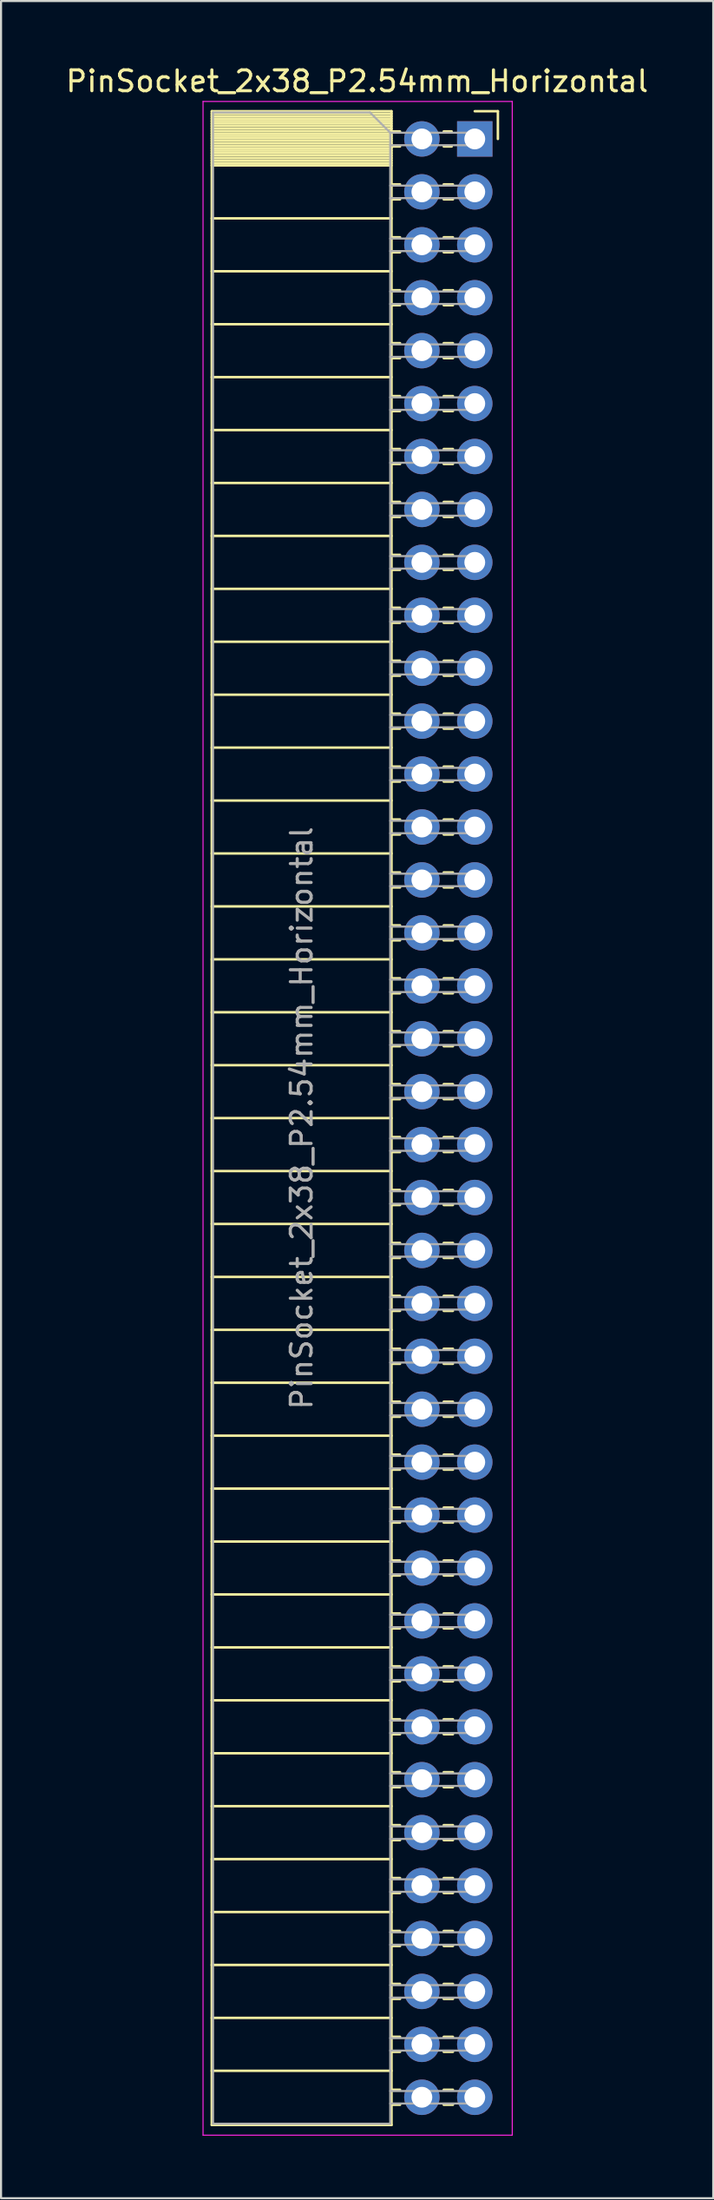
<source format=kicad_pcb>
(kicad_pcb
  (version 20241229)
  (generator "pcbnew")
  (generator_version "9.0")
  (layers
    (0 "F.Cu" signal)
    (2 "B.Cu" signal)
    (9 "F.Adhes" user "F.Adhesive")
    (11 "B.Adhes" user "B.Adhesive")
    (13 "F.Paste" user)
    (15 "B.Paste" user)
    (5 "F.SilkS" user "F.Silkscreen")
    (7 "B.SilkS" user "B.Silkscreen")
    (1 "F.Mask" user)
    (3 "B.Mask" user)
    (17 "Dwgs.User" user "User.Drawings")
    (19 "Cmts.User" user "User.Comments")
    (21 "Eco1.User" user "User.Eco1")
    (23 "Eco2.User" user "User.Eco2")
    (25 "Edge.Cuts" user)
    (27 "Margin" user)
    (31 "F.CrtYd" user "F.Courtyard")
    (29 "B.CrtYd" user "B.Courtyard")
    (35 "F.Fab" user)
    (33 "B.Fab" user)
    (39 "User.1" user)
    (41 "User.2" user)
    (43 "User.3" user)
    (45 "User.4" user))
  (footprint "PinSocket_2x38_P2.54mm_Horizontal"
    (layer "F.Cu")
    (at 19.751 3.618)
    (property "Reference" "PinSocket_2x38_P2.54mm_Horizontal" (at -5.65 -2.77 0) (layer "F.SilkS") (effects (font (size 1 1) (thickness 0.15))))
    (attr through_hole)
    (fp_line (start -12.63 -1.33) (end -12.63 95.31) (stroke (width 0.12) (type solid)) (layer "F.SilkS"))
    (fp_line (start -12.63 -1.33) (end -4 -1.33) (stroke (width 0.12) (type solid)) (layer "F.SilkS"))
    (fp_line (start -12.63 -1.21) (end -4 -1.21) (stroke (width 0.12) (type solid)) (layer "F.SilkS"))
    (fp_line (start -12.63 -1.092) (end -4 -1.092) (stroke (width 0.12) (type solid)) (layer "F.SilkS"))
    (fp_line (start -12.63 -0.974) (end -4 -0.974) (stroke (width 0.12) (type solid)) (layer "F.SilkS"))
    (fp_line (start -12.63 -0.856) (end -4 -0.856) (stroke (width 0.12) (type solid)) (layer "F.SilkS"))
    (fp_line (start -12.63 -0.738) (end -4 -0.738) (stroke (width 0.12) (type solid)) (layer "F.SilkS"))
    (fp_line (start -12.63 -0.62) (end -4 -0.62) (stroke (width 0.12) (type solid)) (layer "F.SilkS"))
    (fp_line (start -12.63 -0.501) (end -4 -0.501) (stroke (width 0.12) (type solid)) (layer "F.SilkS"))
    (fp_line (start -12.63 -0.383) (end -4 -0.383) (stroke (width 0.12) (type solid)) (layer "F.SilkS"))
    (fp_line (start -12.63 -0.265) (end -4 -0.265) (stroke (width 0.12) (type solid)) (layer "F.SilkS"))
    (fp_line (start -12.63 -0.147) (end -4 -0.147) (stroke (width 0.12) (type solid)) (layer "F.SilkS"))
    (fp_line (start -12.63 -0.029) (end -4 -0.029) (stroke (width 0.12) (type solid)) (layer "F.SilkS"))
    (fp_line (start -12.63 0.089) (end -4 0.089) (stroke (width 0.12) (type solid)) (layer "F.SilkS"))
    (fp_line (start -12.63 0.207) (end -4 0.207) (stroke (width 0.12) (type solid)) (layer "F.SilkS"))
    (fp_line (start -12.63 0.325) (end -4 0.325) (stroke (width 0.12) (type solid)) (layer "F.SilkS"))
    (fp_line (start -12.63 0.443) (end -4 0.443) (stroke (width 0.12) (type solid)) (layer "F.SilkS"))
    (fp_line (start -12.63 0.561) (end -4 0.561) (stroke (width 0.12) (type solid)) (layer "F.SilkS"))
    (fp_line (start -12.63 0.68) (end -4 0.68) (stroke (width 0.12) (type solid)) (layer "F.SilkS"))
    (fp_line (start -12.63 0.798) (end -4 0.798) (stroke (width 0.12) (type solid)) (layer "F.SilkS"))
    (fp_line (start -12.63 0.916) (end -4 0.916) (stroke (width 0.12) (type solid)) (layer "F.SilkS"))
    (fp_line (start -12.63 1.034) (end -4 1.034) (stroke (width 0.12) (type solid)) (layer "F.SilkS"))
    (fp_line (start -12.63 1.152) (end -4 1.152) (stroke (width 0.12) (type solid)) (layer "F.SilkS"))
    (fp_line (start -12.63 1.27) (end -4 1.27) (stroke (width 0.12) (type solid)) (layer "F.SilkS"))
    (fp_line (start -12.63 3.81) (end -4 3.81) (stroke (width 0.12) (type solid)) (layer "F.SilkS"))
    (fp_line (start -12.63 6.35) (end -4 6.35) (stroke (width 0.12) (type solid)) (layer "F.SilkS"))
    (fp_line (start -12.63 8.89) (end -4 8.89) (stroke (width 0.12) (type solid)) (layer "F.SilkS"))
    (fp_line (start -12.63 11.43) (end -4 11.43) (stroke (width 0.12) (type solid)) (layer "F.SilkS"))
    (fp_line (start -12.63 13.97) (end -4 13.97) (stroke (width 0.12) (type solid)) (layer "F.SilkS"))
    (fp_line (start -12.63 16.51) (end -4 16.51) (stroke (width 0.12) (type solid)) (layer "F.SilkS"))
    (fp_line (start -12.63 19.05) (end -4 19.05) (stroke (width 0.12) (type solid)) (layer "F.SilkS"))
    (fp_line (start -12.63 21.59) (end -4 21.59) (stroke (width 0.12) (type solid)) (layer "F.SilkS"))
    (fp_line (start -12.63 24.13) (end -4 24.13) (stroke (width 0.12) (type solid)) (layer "F.SilkS"))
    (fp_line (start -12.63 26.67) (end -4 26.67) (stroke (width 0.12) (type solid)) (layer "F.SilkS"))
    (fp_line (start -12.63 29.21) (end -4 29.21) (stroke (width 0.12) (type solid)) (layer "F.SilkS"))
    (fp_line (start -12.63 31.75) (end -4 31.75) (stroke (width 0.12) (type solid)) (layer "F.SilkS"))
    (fp_line (start -12.63 34.29) (end -4 34.29) (stroke (width 0.12) (type solid)) (layer "F.SilkS"))
    (fp_line (start -12.63 36.83) (end -4 36.83) (stroke (width 0.12) (type solid)) (layer "F.SilkS"))
    (fp_line (start -12.63 39.37) (end -4 39.37) (stroke (width 0.12) (type solid)) (layer "F.SilkS"))
    (fp_line (start -12.63 41.91) (end -4 41.91) (stroke (width 0.12) (type solid)) (layer "F.SilkS"))
    (fp_line (start -12.63 44.45) (end -4 44.45) (stroke (width 0.12) (type solid)) (layer "F.SilkS"))
    (fp_line (start -12.63 46.99) (end -4 46.99) (stroke (width 0.12) (type solid)) (layer "F.SilkS"))
    (fp_line (start -12.63 49.53) (end -4 49.53) (stroke (width 0.12) (type solid)) (layer "F.SilkS"))
    (fp_line (start -12.63 52.07) (end -4 52.07) (stroke (width 0.12) (type solid)) (layer "F.SilkS"))
    (fp_line (start -12.63 54.61) (end -4 54.61) (stroke (width 0.12) (type solid)) (layer "F.SilkS"))
    (fp_line (start -12.63 57.15) (end -4 57.15) (stroke (width 0.12) (type solid)) (layer "F.SilkS"))
    (fp_line (start -12.63 59.69) (end -4 59.69) (stroke (width 0.12) (type solid)) (layer "F.SilkS"))
    (fp_line (start -12.63 62.23) (end -4 62.23) (stroke (width 0.12) (type solid)) (layer "F.SilkS"))
    (fp_line (start -12.63 64.77) (end -4 64.77) (stroke (width 0.12) (type solid)) (layer "F.SilkS"))
    (fp_line (start -12.63 67.31) (end -4 67.31) (stroke (width 0.12) (type solid)) (layer "F.SilkS"))
    (fp_line (start -12.63 69.85) (end -4 69.85) (stroke (width 0.12) (type solid)) (layer "F.SilkS"))
    (fp_line (start -12.63 72.39) (end -4 72.39) (stroke (width 0.12) (type solid)) (layer "F.SilkS"))
    (fp_line (start -12.63 74.93) (end -4 74.93) (stroke (width 0.12) (type solid)) (layer "F.SilkS"))
    (fp_line (start -12.63 77.47) (end -4 77.47) (stroke (width 0.12) (type solid)) (layer "F.SilkS"))
    (fp_line (start -12.63 80.01) (end -4 80.01) (stroke (width 0.12) (type solid)) (layer "F.SilkS"))
    (fp_line (start -12.63 82.55) (end -4 82.55) (stroke (width 0.12) (type solid)) (layer "F.SilkS"))
    (fp_line (start -12.63 85.09) (end -4 85.09) (stroke (width 0.12) (type solid)) (layer "F.SilkS"))
    (fp_line (start -12.63 87.63) (end -4 87.63) (stroke (width 0.12) (type solid)) (layer "F.SilkS"))
    (fp_line (start -12.63 90.17) (end -4 90.17) (stroke (width 0.12) (type solid)) (layer "F.SilkS"))
    (fp_line (start -12.63 92.71) (end -4 92.71) (stroke (width 0.12) (type solid)) (layer "F.SilkS"))
    (fp_line (start -12.63 95.31) (end -4 95.31) (stroke (width 0.12) (type solid)) (layer "F.SilkS"))
    (fp_line (start -4 -1.33) (end -4 95.31) (stroke (width 0.12) (type solid)) (layer "F.SilkS"))
    (fp_line (start -4 -0.36) (end -3.59 -0.36) (stroke (width 0.12) (type solid)) (layer "F.SilkS"))
    (fp_line (start -4 0.36) (end -3.59 0.36) (stroke (width 0.12) (type solid)) (layer "F.SilkS"))
    (fp_line (start -4 2.18) (end -3.59 2.18) (stroke (width 0.12) (type solid)) (layer "F.SilkS"))
    (fp_line (start -4 2.9) (end -3.59 2.9) (stroke (width 0.12) (type solid)) (layer "F.SilkS"))
    (fp_line (start -4 4.72) (end -3.59 4.72) (stroke (width 0.12) (type solid)) (layer "F.SilkS"))
    (fp_line (start -4 5.44) (end -3.59 5.44) (stroke (width 0.12) (type solid)) (layer "F.SilkS"))
    (fp_line (start -4 7.26) (end -3.59 7.26) (stroke (width 0.12) (type solid)) (layer "F.SilkS"))
    (fp_line (start -4 7.98) (end -3.59 7.98) (stroke (width 0.12) (type solid)) (layer "F.SilkS"))
    (fp_line (start -4 9.8) (end -3.59 9.8) (stroke (width 0.12) (type solid)) (layer "F.SilkS"))
    (fp_line (start -4 10.52) (end -3.59 10.52) (stroke (width 0.12) (type solid)) (layer "F.SilkS"))
    (fp_line (start -4 12.34) (end -3.59 12.34) (stroke (width 0.12) (type solid)) (layer "F.SilkS"))
    (fp_line (start -4 13.06) (end -3.59 13.06) (stroke (width 0.12) (type solid)) (layer "F.SilkS"))
    (fp_line (start -4 14.88) (end -3.59 14.88) (stroke (width 0.12) (type solid)) (layer "F.SilkS"))
    (fp_line (start -4 15.6) (end -3.59 15.6) (stroke (width 0.12) (type solid)) (layer "F.SilkS"))
    (fp_line (start -4 17.42) (end -3.59 17.42) (stroke (width 0.12) (type solid)) (layer "F.SilkS"))
    (fp_line (start -4 18.14) (end -3.59 18.14) (stroke (width 0.12) (type solid)) (layer "F.SilkS"))
    (fp_line (start -4 19.96) (end -3.59 19.96) (stroke (width 0.12) (type solid)) (layer "F.SilkS"))
    (fp_line (start -4 20.68) (end -3.59 20.68) (stroke (width 0.12) (type solid)) (layer "F.SilkS"))
    (fp_line (start -4 22.5) (end -3.59 22.5) (stroke (width 0.12) (type solid)) (layer "F.SilkS"))
    (fp_line (start -4 23.22) (end -3.59 23.22) (stroke (width 0.12) (type solid)) (layer "F.SilkS"))
    (fp_line (start -4 25.04) (end -3.59 25.04) (stroke (width 0.12) (type solid)) (layer "F.SilkS"))
    (fp_line (start -4 25.76) (end -3.59 25.76) (stroke (width 0.12) (type solid)) (layer "F.SilkS"))
    (fp_line (start -4 27.58) (end -3.59 27.58) (stroke (width 0.12) (type solid)) (layer "F.SilkS"))
    (fp_line (start -4 28.3) (end -3.59 28.3) (stroke (width 0.12) (type solid)) (layer "F.SilkS"))
    (fp_line (start -4 30.12) (end -3.59 30.12) (stroke (width 0.12) (type solid)) (layer "F.SilkS"))
    (fp_line (start -4 30.84) (end -3.59 30.84) (stroke (width 0.12) (type solid)) (layer "F.SilkS"))
    (fp_line (start -4 32.66) (end -3.59 32.66) (stroke (width 0.12) (type solid)) (layer "F.SilkS"))
    (fp_line (start -4 33.38) (end -3.59 33.38) (stroke (width 0.12) (type solid)) (layer "F.SilkS"))
    (fp_line (start -4 35.2) (end -3.59 35.2) (stroke (width 0.12) (type solid)) (layer "F.SilkS"))
    (fp_line (start -4 35.92) (end -3.59 35.92) (stroke (width 0.12) (type solid)) (layer "F.SilkS"))
    (fp_line (start -4 37.74) (end -3.59 37.74) (stroke (width 0.12) (type solid)) (layer "F.SilkS"))
    (fp_line (start -4 38.46) (end -3.59 38.46) (stroke (width 0.12) (type solid)) (layer "F.SilkS"))
    (fp_line (start -4 40.28) (end -3.59 40.28) (stroke (width 0.12) (type solid)) (layer "F.SilkS"))
    (fp_line (start -4 41) (end -3.59 41) (stroke (width 0.12) (type solid)) (layer "F.SilkS"))
    (fp_line (start -4 42.82) (end -3.59 42.82) (stroke (width 0.12) (type solid)) (layer "F.SilkS"))
    (fp_line (start -4 43.54) (end -3.59 43.54) (stroke (width 0.12) (type solid)) (layer "F.SilkS"))
    (fp_line (start -4 45.36) (end -3.59 45.36) (stroke (width 0.12) (type solid)) (layer "F.SilkS"))
    (fp_line (start -4 46.08) (end -3.59 46.08) (stroke (width 0.12) (type solid)) (layer "F.SilkS"))
    (fp_line (start -4 47.9) (end -3.59 47.9) (stroke (width 0.12) (type solid)) (layer "F.SilkS"))
    (fp_line (start -4 48.62) (end -3.59 48.62) (stroke (width 0.12) (type solid)) (layer "F.SilkS"))
    (fp_line (start -4 50.44) (end -3.59 50.44) (stroke (width 0.12) (type solid)) (layer "F.SilkS"))
    (fp_line (start -4 51.16) (end -3.59 51.16) (stroke (width 0.12) (type solid)) (layer "F.SilkS"))
    (fp_line (start -4 52.98) (end -3.59 52.98) (stroke (width 0.12) (type solid)) (layer "F.SilkS"))
    (fp_line (start -4 53.7) (end -3.59 53.7) (stroke (width 0.12) (type solid)) (layer "F.SilkS"))
    (fp_line (start -4 55.52) (end -3.59 55.52) (stroke (width 0.12) (type solid)) (layer "F.SilkS"))
    (fp_line (start -4 56.24) (end -3.59 56.24) (stroke (width 0.12) (type solid)) (layer "F.SilkS"))
    (fp_line (start -4 58.06) (end -3.59 58.06) (stroke (width 0.12) (type solid)) (layer "F.SilkS"))
    (fp_line (start -4 58.78) (end -3.59 58.78) (stroke (width 0.12) (type solid)) (layer "F.SilkS"))
    (fp_line (start -4 60.6) (end -3.59 60.6) (stroke (width 0.12) (type solid)) (layer "F.SilkS"))
    (fp_line (start -4 61.32) (end -3.59 61.32) (stroke (width 0.12) (type solid)) (layer "F.SilkS"))
    (fp_line (start -4 63.14) (end -3.59 63.14) (stroke (width 0.12) (type solid)) (layer "F.SilkS"))
    (fp_line (start -4 63.86) (end -3.59 63.86) (stroke (width 0.12) (type solid)) (layer "F.SilkS"))
    (fp_line (start -4 65.68) (end -3.59 65.68) (stroke (width 0.12) (type solid)) (layer "F.SilkS"))
    (fp_line (start -4 66.4) (end -3.59 66.4) (stroke (width 0.12) (type solid)) (layer "F.SilkS"))
    (fp_line (start -4 68.22) (end -3.59 68.22) (stroke (width 0.12) (type solid)) (layer "F.SilkS"))
    (fp_line (start -4 68.94) (end -3.59 68.94) (stroke (width 0.12) (type solid)) (layer "F.SilkS"))
    (fp_line (start -4 70.76) (end -3.59 70.76) (stroke (width 0.12) (type solid)) (layer "F.SilkS"))
    (fp_line (start -4 71.48) (end -3.59 71.48) (stroke (width 0.12) (type solid)) (layer "F.SilkS"))
    (fp_line (start -4 73.3) (end -3.59 73.3) (stroke (width 0.12) (type solid)) (layer "F.SilkS"))
    (fp_line (start -4 74.02) (end -3.59 74.02) (stroke (width 0.12) (type solid)) (layer "F.SilkS"))
    (fp_line (start -4 75.84) (end -3.59 75.84) (stroke (width 0.12) (type solid)) (layer "F.SilkS"))
    (fp_line (start -4 76.56) (end -3.59 76.56) (stroke (width 0.12) (type solid)) (layer "F.SilkS"))
    (fp_line (start -4 78.38) (end -3.59 78.38) (stroke (width 0.12) (type solid)) (layer "F.SilkS"))
    (fp_line (start -4 79.1) (end -3.59 79.1) (stroke (width 0.12) (type solid)) (layer "F.SilkS"))
    (fp_line (start -4 80.92) (end -3.59 80.92) (stroke (width 0.12) (type solid)) (layer "F.SilkS"))
    (fp_line (start -4 81.64) (end -3.59 81.64) (stroke (width 0.12) (type solid)) (layer "F.SilkS"))
    (fp_line (start -4 83.46) (end -3.59 83.46) (stroke (width 0.12) (type solid)) (layer "F.SilkS"))
    (fp_line (start -4 84.18) (end -3.59 84.18) (stroke (width 0.12) (type solid)) (layer "F.SilkS"))
    (fp_line (start -4 86) (end -3.59 86) (stroke (width 0.12) (type solid)) (layer "F.SilkS"))
    (fp_line (start -4 86.72) (end -3.59 86.72) (stroke (width 0.12) (type solid)) (layer "F.SilkS"))
    (fp_line (start -4 88.54) (end -3.59 88.54) (stroke (width 0.12) (type solid)) (layer "F.SilkS"))
    (fp_line (start -4 89.26) (end -3.59 89.26) (stroke (width 0.12) (type solid)) (layer "F.SilkS"))
    (fp_line (start -4 91.08) (end -3.59 91.08) (stroke (width 0.12) (type solid)) (layer "F.SilkS"))
    (fp_line (start -4 91.8) (end -3.59 91.8) (stroke (width 0.12) (type solid)) (layer "F.SilkS"))
    (fp_line (start -4 93.62) (end -3.59 93.62) (stroke (width 0.12) (type solid)) (layer "F.SilkS"))
    (fp_line (start -4 94.34) (end -3.59 94.34) (stroke (width 0.12) (type solid)) (layer "F.SilkS"))
    (fp_line (start -1.49 -0.36) (end -1.11 -0.36) (stroke (width 0.12) (type solid)) (layer "F.SilkS"))
    (fp_line (start -1.49 0.36) (end -1.11 0.36) (stroke (width 0.12) (type solid)) (layer "F.SilkS"))
    (fp_line (start -1.49 2.18) (end -1.05 2.18) (stroke (width 0.12) (type solid)) (layer "F.SilkS"))
    (fp_line (start -1.49 2.9) (end -1.05 2.9) (stroke (width 0.12) (type solid)) (layer "F.SilkS"))
    (fp_line (start -1.49 4.72) (end -1.05 4.72) (stroke (width 0.12) (type solid)) (layer "F.SilkS"))
    (fp_line (start -1.49 5.44) (end -1.05 5.44) (stroke (width 0.12) (type solid)) (layer "F.SilkS"))
    (fp_line (start -1.49 7.26) (end -1.05 7.26) (stroke (width 0.12) (type solid)) (layer "F.SilkS"))
    (fp_line (start -1.49 7.98) (end -1.05 7.98) (stroke (width 0.12) (type solid)) (layer "F.SilkS"))
    (fp_line (start -1.49 9.8) (end -1.05 9.8) (stroke (width 0.12) (type solid)) (layer "F.SilkS"))
    (fp_line (start -1.49 10.52) (end -1.05 10.52) (stroke (width 0.12) (type solid)) (layer "F.SilkS"))
    (fp_line (start -1.49 12.34) (end -1.05 12.34) (stroke (width 0.12) (type solid)) (layer "F.SilkS"))
    (fp_line (start -1.49 13.06) (end -1.05 13.06) (stroke (width 0.12) (type solid)) (layer "F.SilkS"))
    (fp_line (start -1.49 14.88) (end -1.05 14.88) (stroke (width 0.12) (type solid)) (layer "F.SilkS"))
    (fp_line (start -1.49 15.6) (end -1.05 15.6) (stroke (width 0.12) (type solid)) (layer "F.SilkS"))
    (fp_line (start -1.49 17.42) (end -1.05 17.42) (stroke (width 0.12) (type solid)) (layer "F.SilkS"))
    (fp_line (start -1.49 18.14) (end -1.05 18.14) (stroke (width 0.12) (type solid)) (layer "F.SilkS"))
    (fp_line (start -1.49 19.96) (end -1.05 19.96) (stroke (width 0.12) (type solid)) (layer "F.SilkS"))
    (fp_line (start -1.49 20.68) (end -1.05 20.68) (stroke (width 0.12) (type solid)) (layer "F.SilkS"))
    (fp_line (start -1.49 22.5) (end -1.05 22.5) (stroke (width 0.12) (type solid)) (layer "F.SilkS"))
    (fp_line (start -1.49 23.22) (end -1.05 23.22) (stroke (width 0.12) (type solid)) (layer "F.SilkS"))
    (fp_line (start -1.49 25.04) (end -1.05 25.04) (stroke (width 0.12) (type solid)) (layer "F.SilkS"))
    (fp_line (start -1.49 25.76) (end -1.05 25.76) (stroke (width 0.12) (type solid)) (layer "F.SilkS"))
    (fp_line (start -1.49 27.58) (end -1.05 27.58) (stroke (width 0.12) (type solid)) (layer "F.SilkS"))
    (fp_line (start -1.49 28.3) (end -1.05 28.3) (stroke (width 0.12) (type solid)) (layer "F.SilkS"))
    (fp_line (start -1.49 30.12) (end -1.05 30.12) (stroke (width 0.12) (type solid)) (layer "F.SilkS"))
    (fp_line (start -1.49 30.84) (end -1.05 30.84) (stroke (width 0.12) (type solid)) (layer "F.SilkS"))
    (fp_line (start -1.49 32.66) (end -1.05 32.66) (stroke (width 0.12) (type solid)) (layer "F.SilkS"))
    (fp_line (start -1.49 33.38) (end -1.05 33.38) (stroke (width 0.12) (type solid)) (layer "F.SilkS"))
    (fp_line (start -1.49 35.2) (end -1.05 35.2) (stroke (width 0.12) (type solid)) (layer "F.SilkS"))
    (fp_line (start -1.49 35.92) (end -1.05 35.92) (stroke (width 0.12) (type solid)) (layer "F.SilkS"))
    (fp_line (start -1.49 37.74) (end -1.05 37.74) (stroke (width 0.12) (type solid)) (layer "F.SilkS"))
    (fp_line (start -1.49 38.46) (end -1.05 38.46) (stroke (width 0.12) (type solid)) (layer "F.SilkS"))
    (fp_line (start -1.49 40.28) (end -1.05 40.28) (stroke (width 0.12) (type solid)) (layer "F.SilkS"))
    (fp_line (start -1.49 41) (end -1.05 41) (stroke (width 0.12) (type solid)) (layer "F.SilkS"))
    (fp_line (start -1.49 42.82) (end -1.05 42.82) (stroke (width 0.12) (type solid)) (layer "F.SilkS"))
    (fp_line (start -1.49 43.54) (end -1.05 43.54) (stroke (width 0.12) (type solid)) (layer "F.SilkS"))
    (fp_line (start -1.49 45.36) (end -1.05 45.36) (stroke (width 0.12) (type solid)) (layer "F.SilkS"))
    (fp_line (start -1.49 46.08) (end -1.05 46.08) (stroke (width 0.12) (type solid)) (layer "F.SilkS"))
    (fp_line (start -1.49 47.9) (end -1.05 47.9) (stroke (width 0.12) (type solid)) (layer "F.SilkS"))
    (fp_line (start -1.49 48.62) (end -1.05 48.62) (stroke (width 0.12) (type solid)) (layer "F.SilkS"))
    (fp_line (start -1.49 50.44) (end -1.05 50.44) (stroke (width 0.12) (type solid)) (layer "F.SilkS"))
    (fp_line (start -1.49 51.16) (end -1.05 51.16) (stroke (width 0.12) (type solid)) (layer "F.SilkS"))
    (fp_line (start -1.49 52.98) (end -1.05 52.98) (stroke (width 0.12) (type solid)) (layer "F.SilkS"))
    (fp_line (start -1.49 53.7) (end -1.05 53.7) (stroke (width 0.12) (type solid)) (layer "F.SilkS"))
    (fp_line (start -1.49 55.52) (end -1.05 55.52) (stroke (width 0.12) (type solid)) (layer "F.SilkS"))
    (fp_line (start -1.49 56.24) (end -1.05 56.24) (stroke (width 0.12) (type solid)) (layer "F.SilkS"))
    (fp_line (start -1.49 58.06) (end -1.05 58.06) (stroke (width 0.12) (type solid)) (layer "F.SilkS"))
    (fp_line (start -1.49 58.78) (end -1.05 58.78) (stroke (width 0.12) (type solid)) (layer "F.SilkS"))
    (fp_line (start -1.49 60.6) (end -1.05 60.6) (stroke (width 0.12) (type solid)) (layer "F.SilkS"))
    (fp_line (start -1.49 61.32) (end -1.05 61.32) (stroke (width 0.12) (type solid)) (layer "F.SilkS"))
    (fp_line (start -1.49 63.14) (end -1.05 63.14) (stroke (width 0.12) (type solid)) (layer "F.SilkS"))
    (fp_line (start -1.49 63.86) (end -1.05 63.86) (stroke (width 0.12) (type solid)) (layer "F.SilkS"))
    (fp_line (start -1.49 65.68) (end -1.05 65.68) (stroke (width 0.12) (type solid)) (layer "F.SilkS"))
    (fp_line (start -1.49 66.4) (end -1.05 66.4) (stroke (width 0.12) (type solid)) (layer "F.SilkS"))
    (fp_line (start -1.49 68.22) (end -1.05 68.22) (stroke (width 0.12) (type solid)) (layer "F.SilkS"))
    (fp_line (start -1.49 68.94) (end -1.05 68.94) (stroke (width 0.12) (type solid)) (layer "F.SilkS"))
    (fp_line (start -1.49 70.76) (end -1.05 70.76) (stroke (width 0.12) (type solid)) (layer "F.SilkS"))
    (fp_line (start -1.49 71.48) (end -1.05 71.48) (stroke (width 0.12) (type solid)) (layer "F.SilkS"))
    (fp_line (start -1.49 73.3) (end -1.05 73.3) (stroke (width 0.12) (type solid)) (layer "F.SilkS"))
    (fp_line (start -1.49 74.02) (end -1.05 74.02) (stroke (width 0.12) (type solid)) (layer "F.SilkS"))
    (fp_line (start -1.49 75.84) (end -1.05 75.84) (stroke (width 0.12) (type solid)) (layer "F.SilkS"))
    (fp_line (start -1.49 76.56) (end -1.05 76.56) (stroke (width 0.12) (type solid)) (layer "F.SilkS"))
    (fp_line (start -1.49 78.38) (end -1.05 78.38) (stroke (width 0.12) (type solid)) (layer "F.SilkS"))
    (fp_line (start -1.49 79.1) (end -1.05 79.1) (stroke (width 0.12) (type solid)) (layer "F.SilkS"))
    (fp_line (start -1.49 80.92) (end -1.05 80.92) (stroke (width 0.12) (type solid)) (layer "F.SilkS"))
    (fp_line (start -1.49 81.64) (end -1.05 81.64) (stroke (width 0.12) (type solid)) (layer "F.SilkS"))
    (fp_line (start -1.49 83.46) (end -1.05 83.46) (stroke (width 0.12) (type solid)) (layer "F.SilkS"))
    (fp_line (start -1.49 84.18) (end -1.05 84.18) (stroke (width 0.12) (type solid)) (layer "F.SilkS"))
    (fp_line (start -1.49 86) (end -1.05 86) (stroke (width 0.12) (type solid)) (layer "F.SilkS"))
    (fp_line (start -1.49 86.72) (end -1.05 86.72) (stroke (width 0.12) (type solid)) (layer "F.SilkS"))
    (fp_line (start -1.49 88.54) (end -1.05 88.54) (stroke (width 0.12) (type solid)) (layer "F.SilkS"))
    (fp_line (start -1.49 89.26) (end -1.05 89.26) (stroke (width 0.12) (type solid)) (layer "F.SilkS"))
    (fp_line (start -1.49 91.08) (end -1.05 91.08) (stroke (width 0.12) (type solid)) (layer "F.SilkS"))
    (fp_line (start -1.49 91.8) (end -1.05 91.8) (stroke (width 0.12) (type solid)) (layer "F.SilkS"))
    (fp_line (start -1.49 93.62) (end -1.05 93.62) (stroke (width 0.12) (type solid)) (layer "F.SilkS"))
    (fp_line (start -1.49 94.34) (end -1.05 94.34) (stroke (width 0.12) (type solid)) (layer "F.SilkS"))
    (fp_line (start 0 -1.33) (end 1.11 -1.33) (stroke (width 0.12) (type solid)) (layer "F.SilkS"))
    (fp_line (start 1.11 -1.33) (end 1.11 0) (stroke (width 0.12) (type solid)) (layer "F.SilkS"))
    (fp_line (start -13.05 -1.8) (end -13.05 95.8) (stroke (width 0.05) (type solid)) (layer "F.CrtYd"))
    (fp_line (start -13.05 95.8) (end 1.8 95.8) (stroke (width 0.05) (type solid)) (layer "F.CrtYd"))
    (fp_line (start 1.8 -1.8) (end -13.05 -1.8) (stroke (width 0.05) (type solid)) (layer "F.CrtYd"))
    (fp_line (start 1.8 95.8) (end 1.8 -1.8) (stroke (width 0.05) (type solid)) (layer "F.CrtYd"))
    (fp_line (start -12.57 -1.27) (end -5.03 -1.27) (stroke (width 0.1) (type solid)) (layer "F.Fab"))
    (fp_line (start -12.57 95.25) (end -12.57 -1.27) (stroke (width 0.1) (type solid)) (layer "F.Fab"))
    (fp_line (start -5.03 -1.27) (end -4.06 -0.3) (stroke (width 0.1) (type solid)) (layer "F.Fab"))
    (fp_line (start -4.06 -0.3) (end -4.06 95.25) (stroke (width 0.1) (type solid)) (layer "F.Fab"))
    (fp_line (start -4.06 0.3) (end 0 0.3) (stroke (width 0.1) (type solid)) (layer "F.Fab"))
    (fp_line (start -4.06 2.84) (end 0 2.84) (stroke (width 0.1) (type solid)) (layer "F.Fab"))
    (fp_line (start -4.06 5.38) (end 0 5.38) (stroke (width 0.1) (type solid)) (layer "F.Fab"))
    (fp_line (start -4.06 7.92) (end 0 7.92) (stroke (width 0.1) (type solid)) (layer "F.Fab"))
    (fp_line (start -4.06 10.46) (end 0 10.46) (stroke (width 0.1) (type solid)) (layer "F.Fab"))
    (fp_line (start -4.06 13) (end 0 13) (stroke (width 0.1) (type solid)) (layer "F.Fab"))
    (fp_line (start -4.06 15.54) (end 0 15.54) (stroke (width 0.1) (type solid)) (layer "F.Fab"))
    (fp_line (start -4.06 18.08) (end 0 18.08) (stroke (width 0.1) (type solid)) (layer "F.Fab"))
    (fp_line (start -4.06 20.62) (end 0 20.62) (stroke (width 0.1) (type solid)) (layer "F.Fab"))
    (fp_line (start -4.06 23.16) (end 0 23.16) (stroke (width 0.1) (type solid)) (layer "F.Fab"))
    (fp_line (start -4.06 25.7) (end 0 25.7) (stroke (width 0.1) (type solid)) (layer "F.Fab"))
    (fp_line (start -4.06 28.24) (end 0 28.24) (stroke (width 0.1) (type solid)) (layer "F.Fab"))
    (fp_line (start -4.06 30.78) (end 0 30.78) (stroke (width 0.1) (type solid)) (layer "F.Fab"))
    (fp_line (start -4.06 33.32) (end 0 33.32) (stroke (width 0.1) (type solid)) (layer "F.Fab"))
    (fp_line (start -4.06 35.86) (end 0 35.86) (stroke (width 0.1) (type solid)) (layer "F.Fab"))
    (fp_line (start -4.06 38.4) (end 0 38.4) (stroke (width 0.1) (type solid)) (layer "F.Fab"))
    (fp_line (start -4.06 40.94) (end 0 40.94) (stroke (width 0.1) (type solid)) (layer "F.Fab"))
    (fp_line (start -4.06 43.48) (end 0 43.48) (stroke (width 0.1) (type solid)) (layer "F.Fab"))
    (fp_line (start -4.06 46.02) (end 0 46.02) (stroke (width 0.1) (type solid)) (layer "F.Fab"))
    (fp_line (start -4.06 48.56) (end 0 48.56) (stroke (width 0.1) (type solid)) (layer "F.Fab"))
    (fp_line (start -4.06 51.1) (end 0 51.1) (stroke (width 0.1) (type solid)) (layer "F.Fab"))
    (fp_line (start -4.06 53.64) (end 0 53.64) (stroke (width 0.1) (type solid)) (layer "F.Fab"))
    (fp_line (start -4.06 56.18) (end 0 56.18) (stroke (width 0.1) (type solid)) (layer "F.Fab"))
    (fp_line (start -4.06 58.72) (end 0 58.72) (stroke (width 0.1) (type solid)) (layer "F.Fab"))
    (fp_line (start -4.06 61.26) (end 0 61.26) (stroke (width 0.1) (type solid)) (layer "F.Fab"))
    (fp_line (start -4.06 63.8) (end 0 63.8) (stroke (width 0.1) (type solid)) (layer "F.Fab"))
    (fp_line (start -4.06 66.34) (end 0 66.34) (stroke (width 0.1) (type solid)) (layer "F.Fab"))
    (fp_line (start -4.06 68.88) (end 0 68.88) (stroke (width 0.1) (type solid)) (layer "F.Fab"))
    (fp_line (start -4.06 71.42) (end 0 71.42) (stroke (width 0.1) (type solid)) (layer "F.Fab"))
    (fp_line (start -4.06 73.96) (end 0 73.96) (stroke (width 0.1) (type solid)) (layer "F.Fab"))
    (fp_line (start -4.06 76.5) (end 0 76.5) (stroke (width 0.1) (type solid)) (layer "F.Fab"))
    (fp_line (start -4.06 79.04) (end 0 79.04) (stroke (width 0.1) (type solid)) (layer "F.Fab"))
    (fp_line (start -4.06 81.58) (end 0 81.58) (stroke (width 0.1) (type solid)) (layer "F.Fab"))
    (fp_line (start -4.06 84.12) (end 0 84.12) (stroke (width 0.1) (type solid)) (layer "F.Fab"))
    (fp_line (start -4.06 86.66) (end 0 86.66) (stroke (width 0.1) (type solid)) (layer "F.Fab"))
    (fp_line (start -4.06 89.2) (end 0 89.2) (stroke (width 0.1) (type solid)) (layer "F.Fab"))
    (fp_line (start -4.06 91.74) (end 0 91.74) (stroke (width 0.1) (type solid)) (layer "F.Fab"))
    (fp_line (start -4.06 94.28) (end 0 94.28) (stroke (width 0.1) (type solid)) (layer "F.Fab"))
    (fp_line (start -4.06 95.25) (end -12.57 95.25) (stroke (width 0.1) (type solid)) (layer "F.Fab"))
    (fp_line (start 0 -0.3) (end -4.06 -0.3) (stroke (width 0.1) (type solid)) (layer "F.Fab"))
    (fp_line (start 0 0.3) (end 0 -0.3) (stroke (width 0.1) (type solid)) (layer "F.Fab"))
    (fp_line (start 0 2.24) (end -4.06 2.24) (stroke (width 0.1) (type solid)) (layer "F.Fab"))
    (fp_line (start 0 2.84) (end 0 2.24) (stroke (width 0.1) (type solid)) (layer "F.Fab"))
    (fp_line (start 0 4.78) (end -4.06 4.78) (stroke (width 0.1) (type solid)) (layer "F.Fab"))
    (fp_line (start 0 5.38) (end 0 4.78) (stroke (width 0.1) (type solid)) (layer "F.Fab"))
    (fp_line (start 0 7.32) (end -4.06 7.32) (stroke (width 0.1) (type solid)) (layer "F.Fab"))
    (fp_line (start 0 7.92) (end 0 7.32) (stroke (width 0.1) (type solid)) (layer "F.Fab"))
    (fp_line (start 0 9.86) (end -4.06 9.86) (stroke (width 0.1) (type solid)) (layer "F.Fab"))
    (fp_line (start 0 10.46) (end 0 9.86) (stroke (width 0.1) (type solid)) (layer "F.Fab"))
    (fp_line (start 0 12.4) (end -4.06 12.4) (stroke (width 0.1) (type solid)) (layer "F.Fab"))
    (fp_line (start 0 13) (end 0 12.4) (stroke (width 0.1) (type solid)) (layer "F.Fab"))
    (fp_line (start 0 14.94) (end -4.06 14.94) (stroke (width 0.1) (type solid)) (layer "F.Fab"))
    (fp_line (start 0 15.54) (end 0 14.94) (stroke (width 0.1) (type solid)) (layer "F.Fab"))
    (fp_line (start 0 17.48) (end -4.06 17.48) (stroke (width 0.1) (type solid)) (layer "F.Fab"))
    (fp_line (start 0 18.08) (end 0 17.48) (stroke (width 0.1) (type solid)) (layer "F.Fab"))
    (fp_line (start 0 20.02) (end -4.06 20.02) (stroke (width 0.1) (type solid)) (layer "F.Fab"))
    (fp_line (start 0 20.62) (end 0 20.02) (stroke (width 0.1) (type solid)) (layer "F.Fab"))
    (fp_line (start 0 22.56) (end -4.06 22.56) (stroke (width 0.1) (type solid)) (layer "F.Fab"))
    (fp_line (start 0 23.16) (end 0 22.56) (stroke (width 0.1) (type solid)) (layer "F.Fab"))
    (fp_line (start 0 25.1) (end -4.06 25.1) (stroke (width 0.1) (type solid)) (layer "F.Fab"))
    (fp_line (start 0 25.7) (end 0 25.1) (stroke (width 0.1) (type solid)) (layer "F.Fab"))
    (fp_line (start 0 27.64) (end -4.06 27.64) (stroke (width 0.1) (type solid)) (layer "F.Fab"))
    (fp_line (start 0 28.24) (end 0 27.64) (stroke (width 0.1) (type solid)) (layer "F.Fab"))
    (fp_line (start 0 30.18) (end -4.06 30.18) (stroke (width 0.1) (type solid)) (layer "F.Fab"))
    (fp_line (start 0 30.78) (end 0 30.18) (stroke (width 0.1) (type solid)) (layer "F.Fab"))
    (fp_line (start 0 32.72) (end -4.06 32.72) (stroke (width 0.1) (type solid)) (layer "F.Fab"))
    (fp_line (start 0 33.32) (end 0 32.72) (stroke (width 0.1) (type solid)) (layer "F.Fab"))
    (fp_line (start 0 35.26) (end -4.06 35.26) (stroke (width 0.1) (type solid)) (layer "F.Fab"))
    (fp_line (start 0 35.86) (end 0 35.26) (stroke (width 0.1) (type solid)) (layer "F.Fab"))
    (fp_line (start 0 37.8) (end -4.06 37.8) (stroke (width 0.1) (type solid)) (layer "F.Fab"))
    (fp_line (start 0 38.4) (end 0 37.8) (stroke (width 0.1) (type solid)) (layer "F.Fab"))
    (fp_line (start 0 40.34) (end -4.06 40.34) (stroke (width 0.1) (type solid)) (layer "F.Fab"))
    (fp_line (start 0 40.94) (end 0 40.34) (stroke (width 0.1) (type solid)) (layer "F.Fab"))
    (fp_line (start 0 42.88) (end -4.06 42.88) (stroke (width 0.1) (type solid)) (layer "F.Fab"))
    (fp_line (start 0 43.48) (end 0 42.88) (stroke (width 0.1) (type solid)) (layer "F.Fab"))
    (fp_line (start 0 45.42) (end -4.06 45.42) (stroke (width 0.1) (type solid)) (layer "F.Fab"))
    (fp_line (start 0 46.02) (end 0 45.42) (stroke (width 0.1) (type solid)) (layer "F.Fab"))
    (fp_line (start 0 47.96) (end -4.06 47.96) (stroke (width 0.1) (type solid)) (layer "F.Fab"))
    (fp_line (start 0 48.56) (end 0 47.96) (stroke (width 0.1) (type solid)) (layer "F.Fab"))
    (fp_line (start 0 50.5) (end -4.06 50.5) (stroke (width 0.1) (type solid)) (layer "F.Fab"))
    (fp_line (start 0 51.1) (end 0 50.5) (stroke (width 0.1) (type solid)) (layer "F.Fab"))
    (fp_line (start 0 53.04) (end -4.06 53.04) (stroke (width 0.1) (type solid)) (layer "F.Fab"))
    (fp_line (start 0 53.64) (end 0 53.04) (stroke (width 0.1) (type solid)) (layer "F.Fab"))
    (fp_line (start 0 55.58) (end -4.06 55.58) (stroke (width 0.1) (type solid)) (layer "F.Fab"))
    (fp_line (start 0 56.18) (end 0 55.58) (stroke (width 0.1) (type solid)) (layer "F.Fab"))
    (fp_line (start 0 58.12) (end -4.06 58.12) (stroke (width 0.1) (type solid)) (layer "F.Fab"))
    (fp_line (start 0 58.72) (end 0 58.12) (stroke (width 0.1) (type solid)) (layer "F.Fab"))
    (fp_line (start 0 60.66) (end -4.06 60.66) (stroke (width 0.1) (type solid)) (layer "F.Fab"))
    (fp_line (start 0 61.26) (end 0 60.66) (stroke (width 0.1) (type solid)) (layer "F.Fab"))
    (fp_line (start 0 63.2) (end -4.06 63.2) (stroke (width 0.1) (type solid)) (layer "F.Fab"))
    (fp_line (start 0 63.8) (end 0 63.2) (stroke (width 0.1) (type solid)) (layer "F.Fab"))
    (fp_line (start 0 65.74) (end -4.06 65.74) (stroke (width 0.1) (type solid)) (layer "F.Fab"))
    (fp_line (start 0 66.34) (end 0 65.74) (stroke (width 0.1) (type solid)) (layer "F.Fab"))
    (fp_line (start 0 68.28) (end -4.06 68.28) (stroke (width 0.1) (type solid)) (layer "F.Fab"))
    (fp_line (start 0 68.88) (end 0 68.28) (stroke (width 0.1) (type solid)) (layer "F.Fab"))
    (fp_line (start 0 70.82) (end -4.06 70.82) (stroke (width 0.1) (type solid)) (layer "F.Fab"))
    (fp_line (start 0 71.42) (end 0 70.82) (stroke (width 0.1) (type solid)) (layer "F.Fab"))
    (fp_line (start 0 73.36) (end -4.06 73.36) (stroke (width 0.1) (type solid)) (layer "F.Fab"))
    (fp_line (start 0 73.96) (end 0 73.36) (stroke (width 0.1) (type solid)) (layer "F.Fab"))
    (fp_line (start 0 75.9) (end -4.06 75.9) (stroke (width 0.1) (type solid)) (layer "F.Fab"))
    (fp_line (start 0 76.5) (end 0 75.9) (stroke (width 0.1) (type solid)) (layer "F.Fab"))
    (fp_line (start 0 78.44) (end -4.06 78.44) (stroke (width 0.1) (type solid)) (layer "F.Fab"))
    (fp_line (start 0 79.04) (end 0 78.44) (stroke (width 0.1) (type solid)) (layer "F.Fab"))
    (fp_line (start 0 80.98) (end -4.06 80.98) (stroke (width 0.1) (type solid)) (layer "F.Fab"))
    (fp_line (start 0 81.58) (end 0 80.98) (stroke (width 0.1) (type solid)) (layer "F.Fab"))
    (fp_line (start 0 83.52) (end -4.06 83.52) (stroke (width 0.1) (type solid)) (layer "F.Fab"))
    (fp_line (start 0 84.12) (end 0 83.52) (stroke (width 0.1) (type solid)) (layer "F.Fab"))
    (fp_line (start 0 86.06) (end -4.06 86.06) (stroke (width 0.1) (type solid)) (layer "F.Fab"))
    (fp_line (start 0 86.66) (end 0 86.06) (stroke (width 0.1) (type solid)) (layer "F.Fab"))
    (fp_line (start 0 88.6) (end -4.06 88.6) (stroke (width 0.1) (type solid)) (layer "F.Fab"))
    (fp_line (start 0 89.2) (end 0 88.6) (stroke (width 0.1) (type solid)) (layer "F.Fab"))
    (fp_line (start 0 91.14) (end -4.06 91.14) (stroke (width 0.1) (type solid)) (layer "F.Fab"))
    (fp_line (start 0 91.74) (end 0 91.14) (stroke (width 0.1) (type solid)) (layer "F.Fab"))
    (fp_line (start 0 93.68) (end -4.06 93.68) (stroke (width 0.1) (type solid)) (layer "F.Fab"))
    (fp_line (start 0 94.28) (end 0 93.68) (stroke (width 0.1) (type solid)) (layer "F.Fab"))
    (fp_text user "${REFERENCE}" (at -8.315 46.99 90) (layer "F.Fab") (effects (font (size 1 1) (thickness 0.15))))
    (pad "1" thru_hole rect (at 0 0) (size 1.7 1.7) (drill 1) (layers "*.Cu" "*.Mask"))
    (pad "2" thru_hole circle (at -2.54 0) (size 1.7 1.7) (drill 1) (layers "*.Cu" "*.Mask"))
    (pad "3" thru_hole circle (at 0 2.54) (size 1.7 1.7) (drill 1) (layers "*.Cu" "*.Mask"))
    (pad "4" thru_hole circle (at -2.54 2.54) (size 1.7 1.7) (drill 1) (layers "*.Cu" "*.Mask"))
    (pad "5" thru_hole circle (at 0 5.08) (size 1.7 1.7) (drill 1) (layers "*.Cu" "*.Mask"))
    (pad "6" thru_hole circle (at -2.54 5.08) (size 1.7 1.7) (drill 1) (layers "*.Cu" "*.Mask"))
    (pad "7" thru_hole circle (at 0 7.62) (size 1.7 1.7) (drill 1) (layers "*.Cu" "*.Mask"))
    (pad "8" thru_hole circle (at -2.54 7.62) (size 1.7 1.7) (drill 1) (layers "*.Cu" "*.Mask"))
    (pad "9" thru_hole circle (at 0 10.16) (size 1.7 1.7) (drill 1) (layers "*.Cu" "*.Mask"))
    (pad "10" thru_hole circle (at -2.54 10.16) (size 1.7 1.7) (drill 1) (layers "*.Cu" "*.Mask"))
    (pad "11" thru_hole circle (at 0 12.7) (size 1.7 1.7) (drill 1) (layers "*.Cu" "*.Mask"))
    (pad "12" thru_hole circle (at -2.54 12.7) (size 1.7 1.7) (drill 1) (layers "*.Cu" "*.Mask"))
    (pad "13" thru_hole circle (at 0 15.24) (size 1.7 1.7) (drill 1) (layers "*.Cu" "*.Mask"))
    (pad "14" thru_hole circle (at -2.54 15.24) (size 1.7 1.7) (drill 1) (layers "*.Cu" "*.Mask"))
    (pad "15" thru_hole circle (at 0 17.78) (size 1.7 1.7) (drill 1) (layers "*.Cu" "*.Mask"))
    (pad "16" thru_hole circle (at -2.54 17.78) (size 1.7 1.7) (drill 1) (layers "*.Cu" "*.Mask"))
    (pad "17" thru_hole circle (at 0 20.32) (size 1.7 1.7) (drill 1) (layers "*.Cu" "*.Mask"))
    (pad "18" thru_hole circle (at -2.54 20.32) (size 1.7 1.7) (drill 1) (layers "*.Cu" "*.Mask"))
    (pad "19" thru_hole circle (at 0 22.86) (size 1.7 1.7) (drill 1) (layers "*.Cu" "*.Mask"))
    (pad "20" thru_hole circle (at -2.54 22.86) (size 1.7 1.7) (drill 1) (layers "*.Cu" "*.Mask"))
    (pad "21" thru_hole circle (at 0 25.4) (size 1.7 1.7) (drill 1) (layers "*.Cu" "*.Mask"))
    (pad "22" thru_hole circle (at -2.54 25.4) (size 1.7 1.7) (drill 1) (layers "*.Cu" "*.Mask"))
    (pad "23" thru_hole circle (at 0 27.94) (size 1.7 1.7) (drill 1) (layers "*.Cu" "*.Mask"))
    (pad "24" thru_hole circle (at -2.54 27.94) (size 1.7 1.7) (drill 1) (layers "*.Cu" "*.Mask"))
    (pad "25" thru_hole circle (at 0 30.48) (size 1.7 1.7) (drill 1) (layers "*.Cu" "*.Mask"))
    (pad "26" thru_hole circle (at -2.54 30.48) (size 1.7 1.7) (drill 1) (layers "*.Cu" "*.Mask"))
    (pad "27" thru_hole circle (at 0 33.02) (size 1.7 1.7) (drill 1) (layers "*.Cu" "*.Mask"))
    (pad "28" thru_hole circle (at -2.54 33.02) (size 1.7 1.7) (drill 1) (layers "*.Cu" "*.Mask"))
    (pad "29" thru_hole circle (at 0 35.56) (size 1.7 1.7) (drill 1) (layers "*.Cu" "*.Mask"))
    (pad "30" thru_hole circle (at -2.54 35.56) (size 1.7 1.7) (drill 1) (layers "*.Cu" "*.Mask"))
    (pad "31" thru_hole circle (at 0 38.1) (size 1.7 1.7) (drill 1) (layers "*.Cu" "*.Mask"))
    (pad "32" thru_hole circle (at -2.54 38.1) (size 1.7 1.7) (drill 1) (layers "*.Cu" "*.Mask"))
    (pad "33" thru_hole circle (at 0 40.64) (size 1.7 1.7) (drill 1) (layers "*.Cu" "*.Mask"))
    (pad "34" thru_hole circle (at -2.54 40.64) (size 1.7 1.7) (drill 1) (layers "*.Cu" "*.Mask"))
    (pad "35" thru_hole circle (at 0 43.18) (size 1.7 1.7) (drill 1) (layers "*.Cu" "*.Mask"))
    (pad "36" thru_hole circle (at -2.54 43.18) (size 1.7 1.7) (drill 1) (layers "*.Cu" "*.Mask"))
    (pad "37" thru_hole circle (at 0 45.72) (size 1.7 1.7) (drill 1) (layers "*.Cu" "*.Mask"))
    (pad "38" thru_hole circle (at -2.54 45.72) (size 1.7 1.7) (drill 1) (layers "*.Cu" "*.Mask"))
    (pad "39" thru_hole circle (at 0 48.26) (size 1.7 1.7) (drill 1) (layers "*.Cu" "*.Mask"))
    (pad "40" thru_hole circle (at -2.54 48.26) (size 1.7 1.7) (drill 1) (layers "*.Cu" "*.Mask"))
    (pad "41" thru_hole circle (at 0 50.8) (size 1.7 1.7) (drill 1) (layers "*.Cu" "*.Mask"))
    (pad "42" thru_hole circle (at -2.54 50.8) (size 1.7 1.7) (drill 1) (layers "*.Cu" "*.Mask"))
    (pad "43" thru_hole circle (at 0 53.34) (size 1.7 1.7) (drill 1) (layers "*.Cu" "*.Mask"))
    (pad "44" thru_hole circle (at -2.54 53.34) (size 1.7 1.7) (drill 1) (layers "*.Cu" "*.Mask"))
    (pad "45" thru_hole circle (at 0 55.88) (size 1.7 1.7) (drill 1) (layers "*.Cu" "*.Mask"))
    (pad "46" thru_hole circle (at -2.54 55.88) (size 1.7 1.7) (drill 1) (layers "*.Cu" "*.Mask"))
    (pad "47" thru_hole circle (at 0 58.42) (size 1.7 1.7) (drill 1) (layers "*.Cu" "*.Mask"))
    (pad "48" thru_hole circle (at -2.54 58.42) (size 1.7 1.7) (drill 1) (layers "*.Cu" "*.Mask"))
    (pad "49" thru_hole circle (at 0 60.96) (size 1.7 1.7) (drill 1) (layers "*.Cu" "*.Mask"))
    (pad "50" thru_hole circle (at -2.54 60.96) (size 1.7 1.7) (drill 1) (layers "*.Cu" "*.Mask"))
    (pad "51" thru_hole circle (at 0 63.5) (size 1.7 1.7) (drill 1) (layers "*.Cu" "*.Mask"))
    (pad "52" thru_hole circle (at -2.54 63.5) (size 1.7 1.7) (drill 1) (layers "*.Cu" "*.Mask"))
    (pad "53" thru_hole circle (at 0 66.04) (size 1.7 1.7) (drill 1) (layers "*.Cu" "*.Mask"))
    (pad "54" thru_hole circle (at -2.54 66.04) (size 1.7 1.7) (drill 1) (layers "*.Cu" "*.Mask"))
    (pad "55" thru_hole circle (at 0 68.58) (size 1.7 1.7) (drill 1) (layers "*.Cu" "*.Mask"))
    (pad "56" thru_hole circle (at -2.54 68.58) (size 1.7 1.7) (drill 1) (layers "*.Cu" "*.Mask"))
    (pad "57" thru_hole circle (at 0 71.12) (size 1.7 1.7) (drill 1) (layers "*.Cu" "*.Mask"))
    (pad "58" thru_hole circle (at -2.54 71.12) (size 1.7 1.7) (drill 1) (layers "*.Cu" "*.Mask"))
    (pad "59" thru_hole circle (at 0 73.66) (size 1.7 1.7) (drill 1) (layers "*.Cu" "*.Mask"))
    (pad "60" thru_hole circle (at -2.54 73.66) (size 1.7 1.7) (drill 1) (layers "*.Cu" "*.Mask"))
    (pad "61" thru_hole circle (at 0 76.2) (size 1.7 1.7) (drill 1) (layers "*.Cu" "*.Mask"))
    (pad "62" thru_hole circle (at -2.54 76.2) (size 1.7 1.7) (drill 1) (layers "*.Cu" "*.Mask"))
    (pad "63" thru_hole circle (at 0 78.74) (size 1.7 1.7) (drill 1) (layers "*.Cu" "*.Mask"))
    (pad "64" thru_hole circle (at -2.54 78.74) (size 1.7 1.7) (drill 1) (layers "*.Cu" "*.Mask"))
    (pad "65" thru_hole circle (at 0 81.28) (size 1.7 1.7) (drill 1) (layers "*.Cu" "*.Mask"))
    (pad "66" thru_hole circle (at -2.54 81.28) (size 1.7 1.7) (drill 1) (layers "*.Cu" "*.Mask"))
    (pad "67" thru_hole circle (at 0 83.82) (size 1.7 1.7) (drill 1) (layers "*.Cu" "*.Mask"))
    (pad "68" thru_hole circle (at -2.54 83.82) (size 1.7 1.7) (drill 1) (layers "*.Cu" "*.Mask"))
    (pad "69" thru_hole circle (at 0 86.36) (size 1.7 1.7) (drill 1) (layers "*.Cu" "*.Mask"))
    (pad "70" thru_hole circle (at -2.54 86.36) (size 1.7 1.7) (drill 1) (layers "*.Cu" "*.Mask"))
    (pad "71" thru_hole circle (at 0 88.9) (size 1.7 1.7) (drill 1) (layers "*.Cu" "*.Mask"))
    (pad "72" thru_hole circle (at -2.54 88.9) (size 1.7 1.7) (drill 1) (layers "*.Cu" "*.Mask"))
    (pad "73" thru_hole circle (at 0 91.44) (size 1.7 1.7) (drill 1) (layers "*.Cu" "*.Mask"))
    (pad "74" thru_hole circle (at -2.54 91.44) (size 1.7 1.7) (drill 1) (layers "*.Cu" "*.Mask"))
    (pad "75" thru_hole circle (at 0 93.98) (size 1.7 1.7) (drill 1) (layers "*.Cu" "*.Mask"))
    (pad "76" thru_hole circle (at -2.54 93.98) (size 1.7 1.7) (drill 1) (layers "*.Cu" "*.Mask")))
  (gr_rect
    (start -3 -3)
    (end 31.202 102.443)
    (stroke (width 0.1) (type default))
    (fill no)
    (layer "Edge.Cuts")))
</source>
